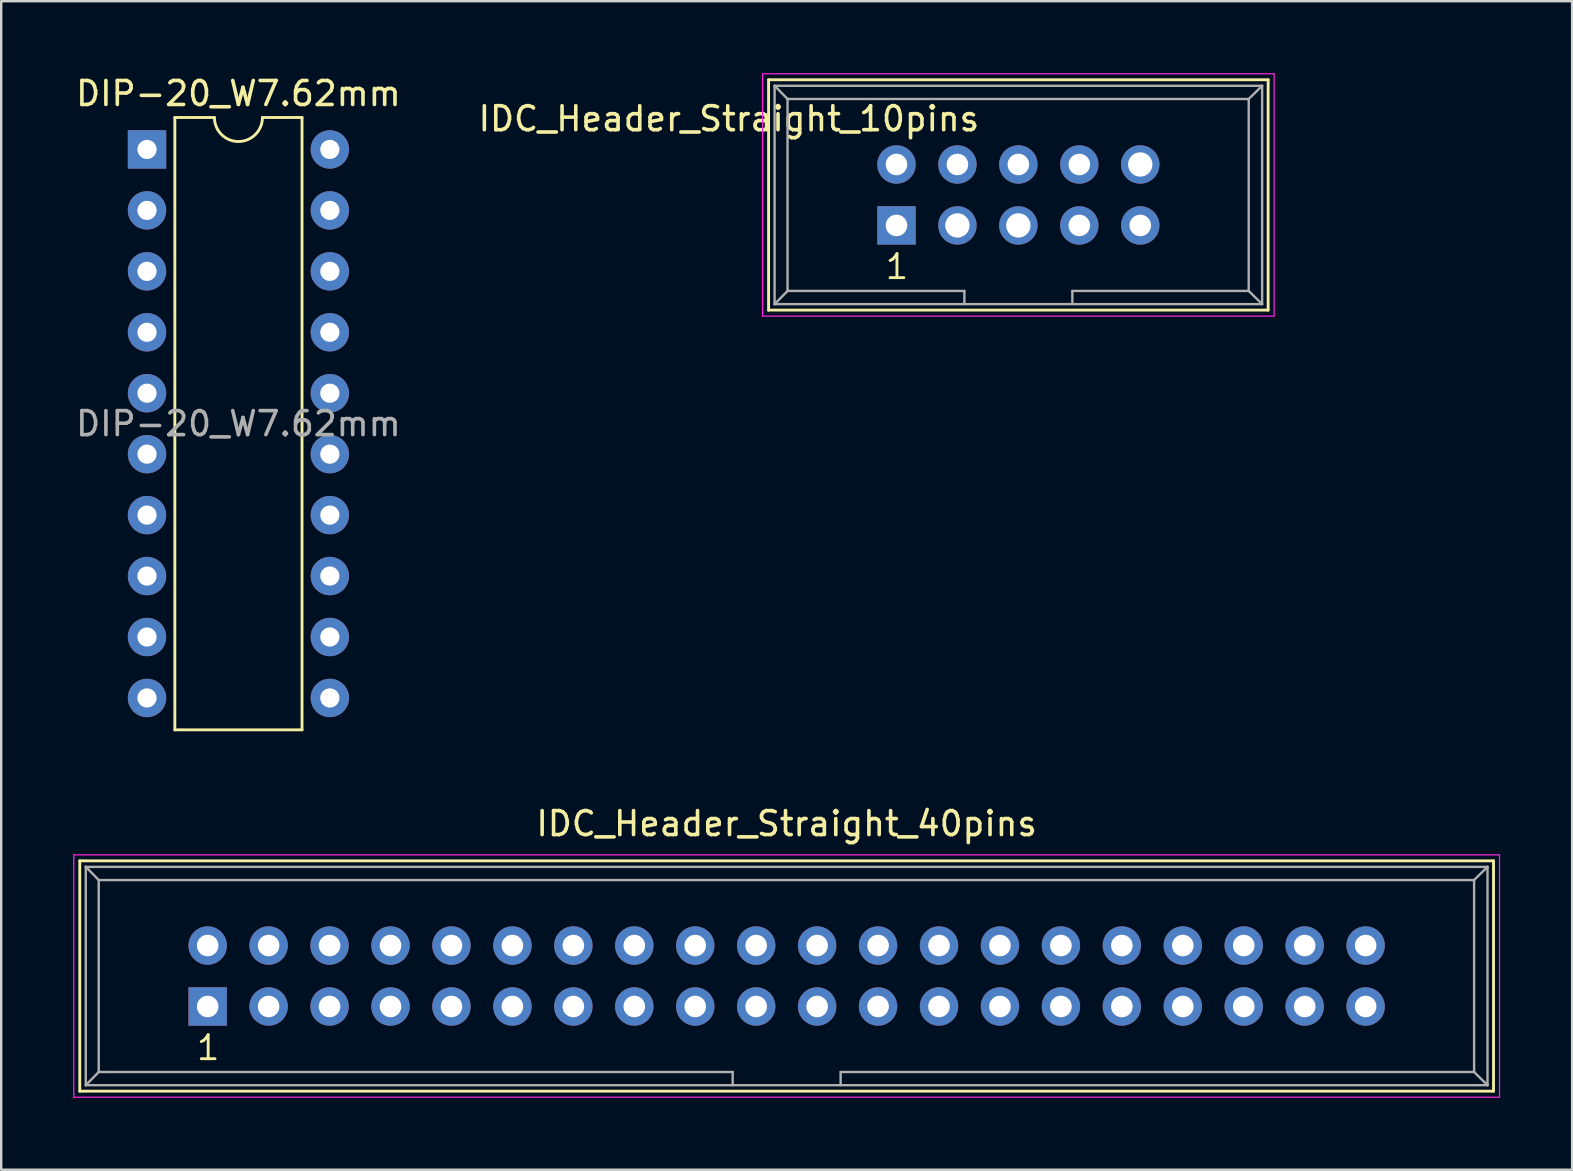
<source format=kicad_pcb>
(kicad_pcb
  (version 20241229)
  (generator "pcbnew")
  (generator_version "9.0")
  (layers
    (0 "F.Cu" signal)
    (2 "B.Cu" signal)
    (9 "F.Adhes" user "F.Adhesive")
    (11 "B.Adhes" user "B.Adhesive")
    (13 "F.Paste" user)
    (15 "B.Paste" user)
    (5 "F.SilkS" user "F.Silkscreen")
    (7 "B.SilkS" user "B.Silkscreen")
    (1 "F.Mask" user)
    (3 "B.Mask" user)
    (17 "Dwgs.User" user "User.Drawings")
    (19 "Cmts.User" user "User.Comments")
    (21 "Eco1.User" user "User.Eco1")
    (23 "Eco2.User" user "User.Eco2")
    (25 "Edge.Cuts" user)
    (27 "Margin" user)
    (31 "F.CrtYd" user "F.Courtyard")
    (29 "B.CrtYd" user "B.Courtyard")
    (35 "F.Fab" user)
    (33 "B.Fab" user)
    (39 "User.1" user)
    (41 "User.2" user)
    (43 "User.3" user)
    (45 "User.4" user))
  (footprint "IDC_Header_Straight_40pins"
    (layer "F.Cu")
    (at 5.605 38.897)
    (property "Reference" "IDC_Header_Straight_40pins" (at 24.13 -7.62 0) (layer "F.SilkS") (effects (font (size 1 1) (thickness 0.15))))
    (attr through_hole)
    (fp_line (start -5.33 -6.07) (end 53.59 -6.07) (stroke (width 0.12) (type solid)) (layer "F.SilkS"))
    (fp_line (start -5.33 3.53) (end -5.33 -6.07) (stroke (width 0.12) (type solid)) (layer "F.SilkS"))
    (fp_line (start 53.59 -6.07) (end 53.59 3.53) (stroke (width 0.12) (type solid)) (layer "F.SilkS"))
    (fp_line (start 53.59 3.53) (end -5.33 3.53) (stroke (width 0.12) (type solid)) (layer "F.SilkS"))
    (fp_line (start -5.58 -6.32) (end 53.84 -6.32) (stroke (width 0.05) (type solid)) (layer "F.CrtYd"))
    (fp_line (start -5.58 3.78) (end -5.58 -6.32) (stroke (width 0.05) (type solid)) (layer "F.CrtYd"))
    (fp_line (start 53.84 -6.32) (end 53.84 3.78) (stroke (width 0.05) (type solid)) (layer "F.CrtYd"))
    (fp_line (start 53.84 3.78) (end -5.58 3.78) (stroke (width 0.05) (type solid)) (layer "F.CrtYd"))
    (fp_line (start -5.08 -5.82) (end -5.08 3.28) (stroke (width 0.1) (type solid)) (layer "F.Fab"))
    (fp_line (start -5.08 -5.82) (end -4.54 -5.27) (stroke (width 0.1) (type solid)) (layer "F.Fab"))
    (fp_line (start -5.08 -5.82) (end 53.34 -5.82) (stroke (width 0.1) (type solid)) (layer "F.Fab"))
    (fp_line (start -5.08 3.28) (end -4.54 2.73) (stroke (width 0.1) (type solid)) (layer "F.Fab"))
    (fp_line (start -5.08 3.28) (end 53.34 3.28) (stroke (width 0.1) (type solid)) (layer "F.Fab"))
    (fp_line (start -4.54 -5.27) (end -4.54 2.73) (stroke (width 0.1) (type solid)) (layer "F.Fab"))
    (fp_line (start -4.54 -5.27) (end 52.78 -5.27) (stroke (width 0.1) (type solid)) (layer "F.Fab"))
    (fp_line (start -4.54 2.73) (end 21.88 2.73) (stroke (width 0.1) (type solid)) (layer "F.Fab"))
    (fp_line (start 21.88 2.73) (end 21.88 3.28) (stroke (width 0.1) (type solid)) (layer "F.Fab"))
    (fp_line (start 26.38 2.73) (end 26.38 3.28) (stroke (width 0.1) (type solid)) (layer "F.Fab"))
    (fp_line (start 26.38 2.73) (end 52.78 2.73) (stroke (width 0.1) (type solid)) (layer "F.Fab"))
    (fp_line (start 52.78 -5.27) (end 52.78 2.73) (stroke (width 0.1) (type solid)) (layer "F.Fab"))
    (fp_line (start 53.34 -5.82) (end 52.78 -5.27) (stroke (width 0.1) (type solid)) (layer "F.Fab"))
    (fp_line (start 53.34 -5.82) (end 53.34 3.28) (stroke (width 0.1) (type solid)) (layer "F.Fab"))
    (fp_line (start 53.34 3.28) (end 52.78 2.73) (stroke (width 0.1) (type solid)) (layer "F.Fab"))
    (fp_text user "1" (at 0.02 1.72 0) (layer "F.SilkS") (effects (font (size 1 1) (thickness 0.12))))
    (pad "1" thru_hole rect (at 0 0) (size 1.6 1.6) (drill 0.9) (layers "*.Cu" "*.Mask"))
    (pad "2" thru_hole oval (at 0 -2.54) (size 1.6 1.6) (drill 0.9) (layers "*.Cu" "*.Mask"))
    (pad "3" thru_hole oval (at 2.54 0) (size 1.6 1.6) (drill 0.9) (layers "*.Cu" "*.Mask"))
    (pad "4" thru_hole oval (at 2.54 -2.54) (size 1.6 1.6) (drill 0.9) (layers "*.Cu" "*.Mask"))
    (pad "5" thru_hole oval (at 5.08 0) (size 1.6 1.6) (drill 0.9) (layers "*.Cu" "*.Mask"))
    (pad "6" thru_hole oval (at 5.08 -2.54) (size 1.6 1.6) (drill 0.9) (layers "*.Cu" "*.Mask"))
    (pad "7" thru_hole oval (at 7.62 0) (size 1.6 1.6) (drill 0.9) (layers "*.Cu" "*.Mask"))
    (pad "8" thru_hole oval (at 7.62 -2.54) (size 1.6 1.6) (drill 0.9) (layers "*.Cu" "*.Mask"))
    (pad "9" thru_hole oval (at 10.16 0) (size 1.6 1.6) (drill 0.9) (layers "*.Cu" "*.Mask"))
    (pad "10" thru_hole oval (at 10.16 -2.54) (size 1.6 1.6) (drill 0.9) (layers "*.Cu" "*.Mask"))
    (pad "11" thru_hole oval (at 12.7 0) (size 1.6 1.6) (drill 0.9) (layers "*.Cu" "*.Mask"))
    (pad "12" thru_hole oval (at 12.7 -2.54) (size 1.6 1.6) (drill 0.9) (layers "*.Cu" "*.Mask"))
    (pad "13" thru_hole oval (at 15.24 0) (size 1.6 1.6) (drill 0.9) (layers "*.Cu" "*.Mask"))
    (pad "14" thru_hole oval (at 15.24 -2.54) (size 1.6 1.6) (drill 0.9) (layers "*.Cu" "*.Mask"))
    (pad "15" thru_hole oval (at 17.78 0) (size 1.6 1.6) (drill 0.9) (layers "*.Cu" "*.Mask"))
    (pad "16" thru_hole oval (at 17.78 -2.54) (size 1.6 1.6) (drill 0.9) (layers "*.Cu" "*.Mask"))
    (pad "17" thru_hole oval (at 20.32 0) (size 1.6 1.6) (drill 0.9) (layers "*.Cu" "*.Mask"))
    (pad "18" thru_hole oval (at 20.32 -2.54) (size 1.6 1.6) (drill 0.9) (layers "*.Cu" "*.Mask"))
    (pad "19" thru_hole oval (at 22.86 0) (size 1.6 1.6) (drill 0.9) (layers "*.Cu" "*.Mask"))
    (pad "20" thru_hole oval (at 22.86 -2.54) (size 1.6 1.6) (drill 0.9) (layers "*.Cu" "*.Mask"))
    (pad "21" thru_hole oval (at 25.4 0) (size 1.6 1.6) (drill 0.9) (layers "*.Cu" "*.Mask"))
    (pad "22" thru_hole oval (at 25.4 -2.54) (size 1.6 1.6) (drill 0.9) (layers "*.Cu" "*.Mask"))
    (pad "23" thru_hole oval (at 27.94 0) (size 1.6 1.6) (drill 0.9) (layers "*.Cu" "*.Mask"))
    (pad "24" thru_hole oval (at 27.94 -2.54) (size 1.6 1.6) (drill 0.9) (layers "*.Cu" "*.Mask"))
    (pad "25" thru_hole oval (at 30.48 0) (size 1.6 1.6) (drill 0.9) (layers "*.Cu" "*.Mask"))
    (pad "26" thru_hole oval (at 30.48 -2.54) (size 1.6 1.6) (drill 0.9) (layers "*.Cu" "*.Mask"))
    (pad "27" thru_hole oval (at 33.02 0) (size 1.6 1.6) (drill 0.9) (layers "*.Cu" "*.Mask"))
    (pad "28" thru_hole oval (at 33.02 -2.54) (size 1.6 1.6) (drill 0.9) (layers "*.Cu" "*.Mask"))
    (pad "29" thru_hole oval (at 35.56 0) (size 1.6 1.6) (drill 0.9) (layers "*.Cu" "*.Mask"))
    (pad "30" thru_hole oval (at 35.56 -2.54) (size 1.6 1.6) (drill 0.9) (layers "*.Cu" "*.Mask"))
    (pad "31" thru_hole oval (at 38.1 0) (size 1.6 1.6) (drill 0.9) (layers "*.Cu" "*.Mask"))
    (pad "32" thru_hole oval (at 38.1 -2.54) (size 1.6 1.6) (drill 0.9) (layers "*.Cu" "*.Mask"))
    (pad "33" thru_hole oval (at 40.64 0) (size 1.6 1.6) (drill 0.9) (layers "*.Cu" "*.Mask"))
    (pad "34" thru_hole oval (at 40.64 -2.54) (size 1.6 1.6) (drill 0.9) (layers "*.Cu" "*.Mask"))
    (pad "35" thru_hole oval (at 43.18 0) (size 1.6 1.6) (drill 0.9) (layers "*.Cu" "*.Mask"))
    (pad "36" thru_hole oval (at 43.18 -2.54) (size 1.6 1.6) (drill 0.9) (layers "*.Cu" "*.Mask"))
    (pad "37" thru_hole oval (at 45.72 0) (size 1.6 1.6) (drill 0.9) (layers "*.Cu" "*.Mask"))
    (pad "38" thru_hole oval (at 45.72 -2.54) (size 1.6 1.6) (drill 0.9) (layers "*.Cu" "*.Mask"))
    (pad "39" thru_hole oval (at 48.26 0) (size 1.6 1.6) (drill 0.9) (layers "*.Cu" "*.Mask"))
    (pad "40" thru_hole oval (at 48.26 -2.54) (size 1.6 1.6) (drill 0.9) (layers "*.Cu" "*.Mask")))
  (footprint "DIP-20_W7.62mm"
    (layer "F.Cu")
    (at 3.077 3.178)
    (property "Reference" "DIP-20_W7.62mm" (at 3.81 -2.33 0) (layer "F.SilkS") (effects (font (size 1 1) (thickness 0.15))))
    (attr through_hole)
    (fp_line (start 1.16 -1.33) (end 1.16 24.19) (stroke (width 0.12) (type solid)) (layer "F.SilkS"))
    (fp_line (start 1.16 24.19) (end 6.46 24.19) (stroke (width 0.12) (type solid)) (layer "F.SilkS"))
    (fp_line (start 2.81 -1.33) (end 1.16 -1.33) (stroke (width 0.12) (type solid)) (layer "F.SilkS"))
    (fp_line (start 6.46 -1.33) (end 4.81 -1.33) (stroke (width 0.12) (type solid)) (layer "F.SilkS"))
    (fp_line (start 6.46 24.19) (end 6.46 -1.33) (stroke (width 0.12) (type solid)) (layer "F.SilkS"))
    (fp_arc (start 4.81 -1.33) (mid 3.81 -0.33) (end 2.81 -1.33) (stroke (width 0.12) (type solid)) (layer "F.SilkS"))
    (fp_text user "${REFERENCE}" (at 3.81 11.43 0) (layer "F.Fab") (effects (font (size 1 1) (thickness 0.15))))
    (pad "1" thru_hole rect (at 0 0) (size 1.6 1.6) (drill 0.8) (layers "*.Cu" "*.Mask"))
    (pad "2" thru_hole oval (at 0 2.54) (size 1.6 1.6) (drill 0.8) (layers "*.Cu" "*.Mask"))
    (pad "3" thru_hole oval (at 0 5.08) (size 1.6 1.6) (drill 0.8) (layers "*.Cu" "*.Mask"))
    (pad "4" thru_hole oval (at 0 7.62) (size 1.6 1.6) (drill 0.8) (layers "*.Cu" "*.Mask"))
    (pad "5" thru_hole oval (at 0 10.16) (size 1.6 1.6) (drill 0.8) (layers "*.Cu" "*.Mask"))
    (pad "6" thru_hole oval (at 0 12.7) (size 1.6 1.6) (drill 0.8) (layers "*.Cu" "*.Mask"))
    (pad "7" thru_hole oval (at 0 15.24) (size 1.6 1.6) (drill 0.8) (layers "*.Cu" "*.Mask"))
    (pad "8" thru_hole oval (at 0 17.78) (size 1.6 1.6) (drill 0.8) (layers "*.Cu" "*.Mask"))
    (pad "9" thru_hole oval (at 0 20.32) (size 1.6 1.6) (drill 0.8) (layers "*.Cu" "*.Mask"))
    (pad "10" thru_hole oval (at 0 22.86) (size 1.6 1.6) (drill 0.8) (layers "*.Cu" "*.Mask"))
    (pad "11" thru_hole oval (at 7.62 22.86) (size 1.6 1.6) (drill 0.8) (layers "*.Cu" "*.Mask"))
    (pad "12" thru_hole oval (at 7.62 20.32) (size 1.6 1.6) (drill 0.8) (layers "*.Cu" "*.Mask"))
    (pad "13" thru_hole oval (at 7.62 17.78) (size 1.6 1.6) (drill 0.8) (layers "*.Cu" "*.Mask"))
    (pad "14" thru_hole oval (at 7.62 15.24) (size 1.6 1.6) (drill 0.8) (layers "*.Cu" "*.Mask"))
    (pad "15" thru_hole oval (at 7.62 12.7) (size 1.6 1.6) (drill 0.8) (layers "*.Cu" "*.Mask"))
    (pad "16" thru_hole oval (at 7.62 10.16) (size 1.6 1.6) (drill 0.8) (layers "*.Cu" "*.Mask"))
    (pad "17" thru_hole oval (at 7.62 7.62) (size 1.6 1.6) (drill 0.8) (layers "*.Cu" "*.Mask"))
    (pad "18" thru_hole oval (at 7.62 5.08) (size 1.6 1.6) (drill 0.8) (layers "*.Cu" "*.Mask"))
    (pad "19" thru_hole oval (at 7.62 2.54) (size 1.6 1.6) (drill 0.8) (layers "*.Cu" "*.Mask"))
    (pad "20" thru_hole oval (at 7.62 0) (size 1.6 1.6) (drill 0.8) (layers "*.Cu" "*.Mask")))
  (footprint "IDC_Header_Straight_10pins"
    (layer "F.Cu")
    (at 34.312 6.345)
    (property "Reference" "IDC_Header_Straight_10pins" (at -6.985 -4.445 0) (layer "F.SilkS") (effects (font (size 1 1) (thickness 0.15))))
    (attr through_hole)
    (fp_line (start -5.33 -6.07) (end 15.49 -6.07) (stroke (width 0.12) (type solid)) (layer "F.SilkS"))
    (fp_line (start -5.33 3.53) (end -5.33 -6.07) (stroke (width 0.12) (type solid)) (layer "F.SilkS"))
    (fp_line (start 15.49 -6.07) (end 15.49 3.53) (stroke (width 0.12) (type solid)) (layer "F.SilkS"))
    (fp_line (start 15.49 3.53) (end -5.33 3.53) (stroke (width 0.12) (type solid)) (layer "F.SilkS"))
    (fp_line (start -5.58 -6.32) (end 15.74 -6.32) (stroke (width 0.05) (type solid)) (layer "F.CrtYd"))
    (fp_line (start -5.58 3.78) (end -5.58 -6.32) (stroke (width 0.05) (type solid)) (layer "F.CrtYd"))
    (fp_line (start 15.74 -6.32) (end 15.74 3.78) (stroke (width 0.05) (type solid)) (layer "F.CrtYd"))
    (fp_line (start 15.74 3.78) (end -5.58 3.78) (stroke (width 0.05) (type solid)) (layer "F.CrtYd"))
    (fp_line (start -5.08 -5.82) (end -5.08 3.28) (stroke (width 0.1) (type solid)) (layer "F.Fab"))
    (fp_line (start -5.08 -5.82) (end -4.54 -5.27) (stroke (width 0.1) (type solid)) (layer "F.Fab"))
    (fp_line (start -5.08 -5.82) (end 15.24 -5.82) (stroke (width 0.1) (type solid)) (layer "F.Fab"))
    (fp_line (start -5.08 3.28) (end -4.54 2.73) (stroke (width 0.1) (type solid)) (layer "F.Fab"))
    (fp_line (start -5.08 3.28) (end 15.24 3.28) (stroke (width 0.1) (type solid)) (layer "F.Fab"))
    (fp_line (start -4.54 -5.27) (end -4.54 2.73) (stroke (width 0.1) (type solid)) (layer "F.Fab"))
    (fp_line (start -4.54 -5.27) (end 14.68 -5.27) (stroke (width 0.1) (type solid)) (layer "F.Fab"))
    (fp_line (start -4.54 2.73) (end 2.83 2.73) (stroke (width 0.1) (type solid)) (layer "F.Fab"))
    (fp_line (start 2.83 2.73) (end 2.83 3.28) (stroke (width 0.1) (type solid)) (layer "F.Fab"))
    (fp_line (start 7.33 2.73) (end 7.33 3.28) (stroke (width 0.1) (type solid)) (layer "F.Fab"))
    (fp_line (start 7.33 2.73) (end 14.68 2.73) (stroke (width 0.1) (type solid)) (layer "F.Fab"))
    (fp_line (start 14.68 -5.27) (end 14.68 2.73) (stroke (width 0.1) (type solid)) (layer "F.Fab"))
    (fp_line (start 15.24 -5.82) (end 14.68 -5.27) (stroke (width 0.1) (type solid)) (layer "F.Fab"))
    (fp_line (start 15.24 -5.82) (end 15.24 3.28) (stroke (width 0.1) (type solid)) (layer "F.Fab"))
    (fp_line (start 15.24 3.28) (end 14.68 2.73) (stroke (width 0.1) (type solid)) (layer "F.Fab"))
    (fp_text user "1" (at 0.02 1.72 0) (layer "F.SilkS") (effects (font (size 1 1) (thickness 0.12))))
    (pad "1" thru_hole rect (at 0 0) (size 1.6 1.6) (drill 0.9) (layers "*.Cu" "*.Mask"))
    (pad "2" thru_hole circle (at 0 -2.54) (size 1.6 1.6) (drill 0.9) (layers "*.Cu" "*.Mask"))
    (pad "3" thru_hole circle (at 2.54 0) (size 1.6 1.6) (drill 1.016) (layers "*.Cu" "*.Mask"))
    (pad "4" thru_hole circle (at 2.54 -2.54) (size 1.6 1.6) (drill 0.9) (layers "*.Cu" "*.Mask"))
    (pad "5" thru_hole circle (at 5.08 0) (size 1.6 1.6) (drill 1.016) (layers "*.Cu" "*.Mask"))
    (pad "6" thru_hole circle (at 5.08 -2.54) (size 1.6 1.6) (drill 0.9) (layers "*.Cu" "*.Mask"))
    (pad "7" thru_hole circle (at 7.62 0) (size 1.6 1.6) (drill 0.9) (layers "*.Cu" "*.Mask"))
    (pad "8" thru_hole circle (at 7.62 -2.54) (size 1.6 1.6) (drill 0.9) (layers "*.Cu" "*.Mask"))
    (pad "9" thru_hole circle (at 10.16 0) (size 1.6 1.6) (drill 0.9) (layers "*.Cu" "*.Mask"))
    (pad "10" thru_hole circle (at 10.16 -2.54) (size 1.6 1.6) (drill 1.016) (layers "*.Cu" "*.Mask")))
  (gr_rect
    (start -3 -3)
    (end 62.47 45.702)
    (stroke (width 0.1) (type default))
    (fill no)
    (layer "Edge.Cuts")))
</source>
